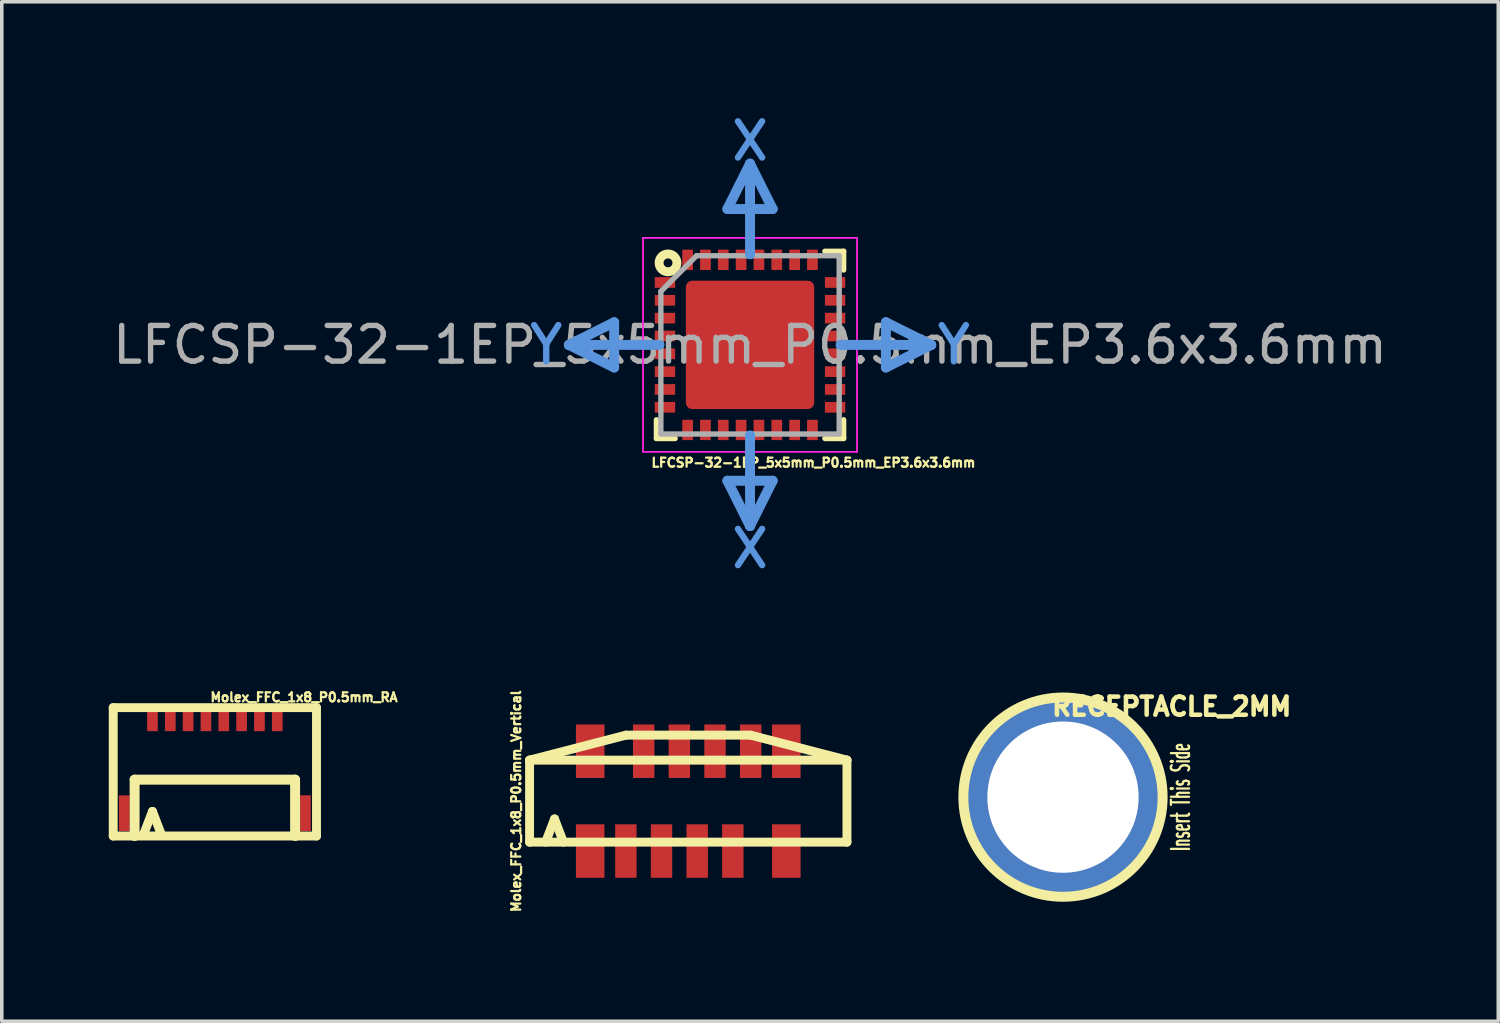
<source format=kicad_pcb>
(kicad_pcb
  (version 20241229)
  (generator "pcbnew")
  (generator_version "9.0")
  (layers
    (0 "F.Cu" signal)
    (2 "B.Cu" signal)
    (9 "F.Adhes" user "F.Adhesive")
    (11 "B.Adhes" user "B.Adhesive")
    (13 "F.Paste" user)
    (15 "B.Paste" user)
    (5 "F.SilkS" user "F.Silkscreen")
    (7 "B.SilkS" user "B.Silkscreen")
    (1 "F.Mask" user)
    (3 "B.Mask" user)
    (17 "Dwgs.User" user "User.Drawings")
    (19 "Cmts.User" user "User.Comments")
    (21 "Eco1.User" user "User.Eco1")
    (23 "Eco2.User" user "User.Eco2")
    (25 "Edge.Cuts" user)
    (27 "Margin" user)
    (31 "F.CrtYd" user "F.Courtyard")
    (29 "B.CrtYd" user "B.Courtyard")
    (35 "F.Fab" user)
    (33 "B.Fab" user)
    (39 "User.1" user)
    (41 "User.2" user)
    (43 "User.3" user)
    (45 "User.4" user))
  (footprint "LFCSP-32-1EP_5x5mm_P0.5mm_EP3.6x3.6mm"
    (layer "F.Cu")
    (at 17.982 6.621)
    (property "Reference" "LFCSP-32-1EP_5x5mm_P0.5mm_EP3.6x3.6mm" (at 1.778 3.302 0) (layer "F.SilkS") (effects (font (size 0.254 0.254) (thickness 0.064))))
    (attr smd)
    (fp_line (start -2.625 2.625) (end -2.625 2.1) (stroke (width 0.15) (type solid)) (layer "F.SilkS"))
    (fp_line (start -2.625 2.625) (end -2.1 2.625) (stroke (width 0.15) (type solid)) (layer "F.SilkS"))
    (fp_line (start 2.625 -2.625) (end 2.1 -2.625) (stroke (width 0.15) (type solid)) (layer "F.SilkS"))
    (fp_line (start 2.625 -2.625) (end 2.625 -2.1) (stroke (width 0.15) (type solid)) (layer "F.SilkS"))
    (fp_line (start 2.625 2.625) (end 2.1 2.625) (stroke (width 0.15) (type solid)) (layer "F.SilkS"))
    (fp_line (start 2.625 2.625) (end 2.625 2.1) (stroke (width 0.15) (type solid)) (layer "F.SilkS"))
    (fp_circle (center -2.3 -2.3) (end -2.05 -2.3) (stroke (width 0.25) (type solid)) (fill no) (layer "F.SilkS"))
    (fp_line (start -5.08 0) (end -3.81 -0.635) (stroke (width 0.279) (type solid)) (layer "Cmts.User"))
    (fp_line (start -3.81 -0.635) (end -3.81 0.635) (stroke (width 0.279) (type solid)) (layer "Cmts.User"))
    (fp_line (start -3.81 0.635) (end -5.08 0) (stroke (width 0.279) (type solid)) (layer "Cmts.User"))
    (fp_line (start -2.54 0) (end -5.08 0) (stroke (width 0.279) (type solid)) (layer "Cmts.User"))
    (fp_line (start -0.635 -3.81) (end 0.635 -3.81) (stroke (width 0.279) (type solid)) (layer "Cmts.User"))
    (fp_line (start -0.635 3.81) (end 0 5.08) (stroke (width 0.279) (type solid)) (layer "Cmts.User"))
    (fp_line (start 0 -5.08) (end -0.635 -3.81) (stroke (width 0.279) (type solid)) (layer "Cmts.User"))
    (fp_line (start 0 -2.54) (end 0 -5.08) (stroke (width 0.279) (type solid)) (layer "Cmts.User"))
    (fp_line (start 0 2.54) (end 0 5.08) (stroke (width 0.279) (type solid)) (layer "Cmts.User"))
    (fp_line (start 0 5.08) (end 0.635 3.81) (stroke (width 0.279) (type solid)) (layer "Cmts.User"))
    (fp_line (start 0.635 -3.81) (end 0 -5.08) (stroke (width 0.279) (type solid)) (layer "Cmts.User"))
    (fp_line (start 0.635 3.81) (end -0.635 3.81) (stroke (width 0.279) (type solid)) (layer "Cmts.User"))
    (fp_line (start 2.54 0) (end 5.08 0) (stroke (width 0.279) (type solid)) (layer "Cmts.User"))
    (fp_line (start 3.81 -0.635) (end 3.81 0.635) (stroke (width 0.279) (type solid)) (layer "Cmts.User"))
    (fp_line (start 3.81 0.635) (end 5.08 0) (stroke (width 0.279) (type solid)) (layer "Cmts.User"))
    (fp_line (start 5.08 0) (end 3.81 -0.635) (stroke (width 0.279) (type solid)) (layer "Cmts.User"))
    (fp_line (start -3 -3) (end -3 3) (stroke (width 0.05) (type solid)) (layer "F.CrtYd"))
    (fp_line (start -3 -3) (end 3 -3) (stroke (width 0.05) (type solid)) (layer "F.CrtYd"))
    (fp_line (start -3 3) (end 3 3) (stroke (width 0.05) (type solid)) (layer "F.CrtYd"))
    (fp_line (start 3 -3) (end 3 3) (stroke (width 0.05) (type solid)) (layer "F.CrtYd"))
    (fp_line (start -2.5 -1.5) (end -1.5 -2.5) (stroke (width 0.15) (type solid)) (layer "F.Fab"))
    (fp_line (start -2.5 2.5) (end -2.5 -1.5) (stroke (width 0.15) (type solid)) (layer "F.Fab"))
    (fp_line (start -1.5 -2.5) (end 2.5 -2.5) (stroke (width 0.15) (type solid)) (layer "F.Fab"))
    (fp_line (start 2.5 -2.5) (end 2.5 2.5) (stroke (width 0.15) (type solid)) (layer "F.Fab"))
    (fp_line (start 2.5 2.5) (end -2.5 2.5) (stroke (width 0.15) (type solid)) (layer "F.Fab"))
    (fp_text user "X" (at 0 -5.715 0) (layer "Cmts.User") (effects (font (size 1.016 1.016) (thickness 0.178))))
    (fp_text user "Y" (at 5.715 0 0) (layer "Cmts.User") (effects (font (size 1.016 1.016) (thickness 0.178))))
    (fp_text user "X" (at 0 5.715 0) (layer "Cmts.User") (effects (font (size 1.016 1.016) (thickness 0.178))))
    (fp_text user "Y" (at -5.715 0 0) (layer "Cmts.User") (effects (font (size 1.016 1.016) (thickness 0.178))))
    (fp_text user "${REFERENCE}" (at 0 0 0) (layer "F.Fab") (effects (font (size 1 1) (thickness 0.15))))
    (pad "" smd rect (at -0.8 -0.8) (size 1.3 1.3) (layers "F.Paste"))
    (pad "" smd rect (at -0.8 0.8) (size 1.3 1.3) (layers "F.Paste"))
    (pad "" smd rect (at 0.8 -0.8) (size 1.3 1.3) (layers "F.Paste"))
    (pad "" smd rect (at 0.8 0.8) (size 1.3 1.3) (layers "F.Paste"))
    (pad "1" smd rect (at -2.385 -1.75) (size 0.57 0.3) (layers "F.Cu" "F.Mask" "F.Paste"))
    (pad "2" smd rect (at -2.385 -1.25) (size 0.57 0.3) (layers "F.Cu" "F.Mask" "F.Paste"))
    (pad "3" smd rect (at -2.385 -0.75) (size 0.57 0.3) (layers "F.Cu" "F.Mask" "F.Paste"))
    (pad "4" smd rect (at -2.385 -0.25) (size 0.57 0.3) (layers "F.Cu" "F.Mask" "F.Paste"))
    (pad "5" smd rect (at -2.385 0.25) (size 0.57 0.3) (layers "F.Cu" "F.Mask" "F.Paste"))
    (pad "6" smd rect (at -2.385 0.75) (size 0.57 0.3) (layers "F.Cu" "F.Mask" "F.Paste"))
    (pad "7" smd rect (at -2.385 1.25) (size 0.57 0.3) (layers "F.Cu" "F.Mask" "F.Paste"))
    (pad "8" smd rect (at -2.385 1.75) (size 0.57 0.3) (layers "F.Cu" "F.Mask" "F.Paste"))
    (pad "9" smd rect (at -1.75 2.385 90) (size 0.57 0.3) (layers "F.Cu" "F.Mask" "F.Paste"))
    (pad "10" smd rect (at -1.25 2.385 90) (size 0.57 0.3) (layers "F.Cu" "F.Mask" "F.Paste"))
    (pad "11" smd rect (at -0.75 2.385 90) (size 0.57 0.3) (layers "F.Cu" "F.Mask" "F.Paste"))
    (pad "12" smd rect (at -0.25 2.385 90) (size 0.57 0.3) (layers "F.Cu" "F.Mask" "F.Paste"))
    (pad "13" smd rect (at 0.25 2.385 90) (size 0.57 0.3) (layers "F.Cu" "F.Mask" "F.Paste"))
    (pad "14" smd rect (at 0.75 2.385 90) (size 0.57 0.3) (layers "F.Cu" "F.Mask" "F.Paste"))
    (pad "15" smd rect (at 1.25 2.385 90) (size 0.57 0.3) (layers "F.Cu" "F.Mask" "F.Paste"))
    (pad "16" smd rect (at 1.75 2.385 90) (size 0.57 0.3) (layers "F.Cu" "F.Mask" "F.Paste"))
    (pad "17" smd rect (at 2.385 1.75) (size 0.57 0.3) (layers "F.Cu" "F.Mask" "F.Paste"))
    (pad "18" smd rect (at 2.385 1.25) (size 0.57 0.3) (layers "F.Cu" "F.Mask" "F.Paste"))
    (pad "19" smd rect (at 2.385 0.75) (size 0.57 0.3) (layers "F.Cu" "F.Mask" "F.Paste"))
    (pad "20" smd rect (at 2.385 0.25) (size 0.57 0.3) (layers "F.Cu" "F.Mask" "F.Paste"))
    (pad "21" smd rect (at 2.385 -0.25) (size 0.57 0.3) (layers "F.Cu" "F.Mask" "F.Paste"))
    (pad "22" smd rect (at 2.385 -0.75) (size 0.57 0.3) (layers "F.Cu" "F.Mask" "F.Paste"))
    (pad "23" smd rect (at 2.385 -1.25) (size 0.57 0.3) (layers "F.Cu" "F.Mask" "F.Paste"))
    (pad "24" smd rect (at 2.385 -1.75) (size 0.57 0.3) (layers "F.Cu" "F.Mask" "F.Paste"))
    (pad "25" smd rect (at 1.75 -2.385 90) (size 0.57 0.3) (layers "F.Cu" "F.Mask" "F.Paste"))
    (pad "26" smd rect (at 1.25 -2.385 90) (size 0.57 0.3) (layers "F.Cu" "F.Mask" "F.Paste"))
    (pad "27" smd rect (at 0.75 -2.385 90) (size 0.57 0.3) (layers "F.Cu" "F.Mask" "F.Paste"))
    (pad "28" smd rect (at 0.25 -2.385 90) (size 0.57 0.3) (layers "F.Cu" "F.Mask" "F.Paste"))
    (pad "29" smd rect (at -0.25 -2.385 90) (size 0.57 0.3) (layers "F.Cu" "F.Mask" "F.Paste"))
    (pad "30" smd rect (at -0.75 -2.385 90) (size 0.57 0.3) (layers "F.Cu" "F.Mask" "F.Paste"))
    (pad "31" smd rect (at -1.25 -2.385 90) (size 0.57 0.3) (layers "F.Cu" "F.Mask" "F.Paste"))
    (pad "32" smd rect (at -1.75 -2.385 90) (size 0.57 0.3) (layers "F.Cu" "F.Mask" "F.Paste"))
    (pad "33" smd roundrect (at 0 0) (size 3.6 3.6) (layers "F.Cu" "F.Mask") (roundrect_rratio 0.05)))
  (footprint "Molex_FFC_1x8_P0.5mm_RA"
    (layer "F.Cu")
    (at 2.975 17.103)
    (property "Reference" "Molex_FFC_1x8_P0.5mm_RA" (at 2.5 -0.6 180) (layer "F.SilkS") (effects (font (size 0.254 0.254) (thickness 0.064))))
    (attr smd)
    (fp_line (start -2.85 -0.31) (end -2.85 3.29) (stroke (width 0.25) (type solid)) (layer "F.SilkS"))
    (fp_line (start -2.85 -0.31) (end 2.85 -0.31) (stroke (width 0.25) (type solid)) (layer "F.SilkS"))
    (fp_line (start -2.85 3.29) (end 2.85 3.29) (stroke (width 0.25) (type solid)) (layer "F.SilkS"))
    (fp_line (start -2.25 1.71) (end -2.25 3.29) (stroke (width 0.279) (type solid)) (layer "F.SilkS"))
    (fp_line (start -2.25 1.71) (end 2.25 1.71) (stroke (width 0.279) (type solid)) (layer "F.SilkS"))
    (fp_line (start -1.75 2.6) (end -2 3.25) (stroke (width 0.25) (type solid)) (layer "F.SilkS"))
    (fp_line (start -1.75 2.6) (end -1.5 3.25) (stroke (width 0.25) (type solid)) (layer "F.SilkS"))
    (fp_line (start 2.25 1.71) (end 2.25 3.29) (stroke (width 0.279) (type solid)) (layer "F.SilkS"))
    (fp_line (start 2.85 -0.31) (end 2.85 3.29) (stroke (width 0.25) (type solid)) (layer "F.SilkS"))
    (pad "" smd rect (at -2.54 2.65) (size 0.3 1) (layers "F.Cu" "F.Mask" "F.Paste"))
    (pad "" smd rect (at 2.54 2.65) (size 0.3 1) (layers "F.Cu" "F.Mask" "F.Paste"))
    (pad "1" smd rect (at -1.75 0) (size 0.3 0.7) (layers "F.Cu" "F.Mask" "F.Paste"))
    (pad "2" smd rect (at -1.25 0) (size 0.3 0.7) (layers "F.Cu" "F.Mask" "F.Paste"))
    (pad "3" smd rect (at -0.75 0) (size 0.3 0.7) (layers "F.Cu" "F.Mask" "F.Paste"))
    (pad "4" smd rect (at -0.25 0) (size 0.3 0.7) (layers "F.Cu" "F.Mask" "F.Paste"))
    (pad "5" smd rect (at 0.25 0) (size 0.3 0.7) (layers "F.Cu" "F.Mask" "F.Paste"))
    (pad "6" smd rect (at 0.75 0) (size 0.3 0.7) (layers "F.Cu" "F.Mask" "F.Paste"))
    (pad "7" smd rect (at 1.25 0) (size 0.3 0.7) (layers "F.Cu" "F.Mask" "F.Paste"))
    (pad "8" smd rect (at 1.75 0) (size 0.3 0.7) (layers "F.Cu" "F.Mask" "F.Paste")))
  (footprint "Molex_FFC_1x8_P0.5mm_Vertical"
    (layer "F.Cu")
    (at 16.25 19.415)
    (property "Reference" "Molex_FFC_1x8_P0.5mm_Vertical" (at -4.826 0 90) (layer "F.SilkS") (effects (font (size 0.254 0.254) (thickness 0.064))))
    (attr smd)
    (fp_line (start -4.45 -1.15) (end -4.45 1.15) (stroke (width 0.25) (type solid)) (layer "F.SilkS"))
    (fp_line (start -4.45 -1.15) (end -1.75 -1.85) (stroke (width 0.25) (type solid)) (layer "F.SilkS"))
    (fp_line (start -4.45 -1.15) (end 4.45 -1.15) (stroke (width 0.25) (type solid)) (layer "F.SilkS"))
    (fp_line (start -4.45 1.15) (end 4.45 1.15) (stroke (width 0.25) (type solid)) (layer "F.SilkS"))
    (fp_line (start -3.75 0.5) (end -4 1.15) (stroke (width 0.25) (type solid)) (layer "F.SilkS"))
    (fp_line (start -3.75 0.5) (end -3.5 1.15) (stroke (width 0.25) (type solid)) (layer "F.SilkS"))
    (fp_line (start -1.75 -1.85) (end 1.75 -1.85) (stroke (width 0.25) (type solid)) (layer "F.SilkS"))
    (fp_line (start 1.75 -1.85) (end 4.45 -1.15) (stroke (width 0.25) (type solid)) (layer "F.SilkS"))
    (fp_line (start 4.45 -1.15) (end 4.45 1.15) (stroke (width 0.25) (type solid)) (layer "F.SilkS"))
    (pad "" smd rect (at -2.75 -1.4) (size 0.8 1.5) (layers "F.Cu" "F.Mask" "F.Paste"))
    (pad "" smd rect (at -2.75 1.4) (size 0.8 1.5) (layers "F.Cu" "F.Mask" "F.Paste"))
    (pad "" smd rect (at 2.75 -1.4) (size 0.8 1.5) (layers "F.Cu" "F.Mask" "F.Paste"))
    (pad "" smd rect (at 2.75 1.4) (size 0.8 1.5) (layers "F.Cu" "F.Mask" "F.Paste"))
    (pad "1" smd rect (at -1.75 1.4) (size 0.6 1.5) (layers "F.Cu" "F.Mask" "F.Paste"))
    (pad "2" smd rect (at -1.25 -1.4) (size 0.6 1.5) (layers "F.Cu" "F.Mask" "F.Paste"))
    (pad "3" smd rect (at -0.75 1.4) (size 0.6 1.5) (layers "F.Cu" "F.Mask" "F.Paste"))
    (pad "4" smd rect (at -0.25 -1.4) (size 0.6 1.5) (layers "F.Cu" "F.Mask" "F.Paste"))
    (pad "5" smd rect (at 0.25 1.4) (size 0.6 1.5) (layers "F.Cu" "F.Mask" "F.Paste"))
    (pad "6" smd rect (at 0.75 -1.4) (size 0.6 1.5) (layers "F.Cu" "F.Mask" "F.Paste"))
    (pad "7" smd rect (at 1.25 1.4) (size 0.6 1.5) (layers "F.Cu" "F.Mask" "F.Paste"))
    (pad "8" smd rect (at 1.75 -1.4) (size 0.6 1.5) (layers "F.Cu" "F.Mask" "F.Paste")))
  (footprint "RECEPTACLE_2MM"
    (layer "F.Cu")
    (at 26.758 19.303)
    (property "Reference" "RECEPTACLE_2MM" (at 3.048 -2.54 0) (layer "F.SilkS") (effects (font (size 0.508 0.508) (thickness 0.127))))
    (attr through_hole)
    (fp_circle (center 0 0) (end 2.794 0) (stroke (width 0.279) (type solid)) (fill no) (layer "F.SilkS"))
    (fp_text user "Insert This Side" (at 3.302 0 90) (layer "F.SilkS") (effects (font (size 0.508 0.254) (thickness 0.064))))
    (pad "1" thru_hole circle (at 0 0) (size 5.512 5.512) (drill 4.242) (layers "*.Cu" "*.Mask")))
  (gr_rect
    (start -3 -3)
    (end 38.964 25.587)
    (stroke (width 0.1) (type default))
    (fill no)
    (layer "Edge.Cuts")))
</source>
